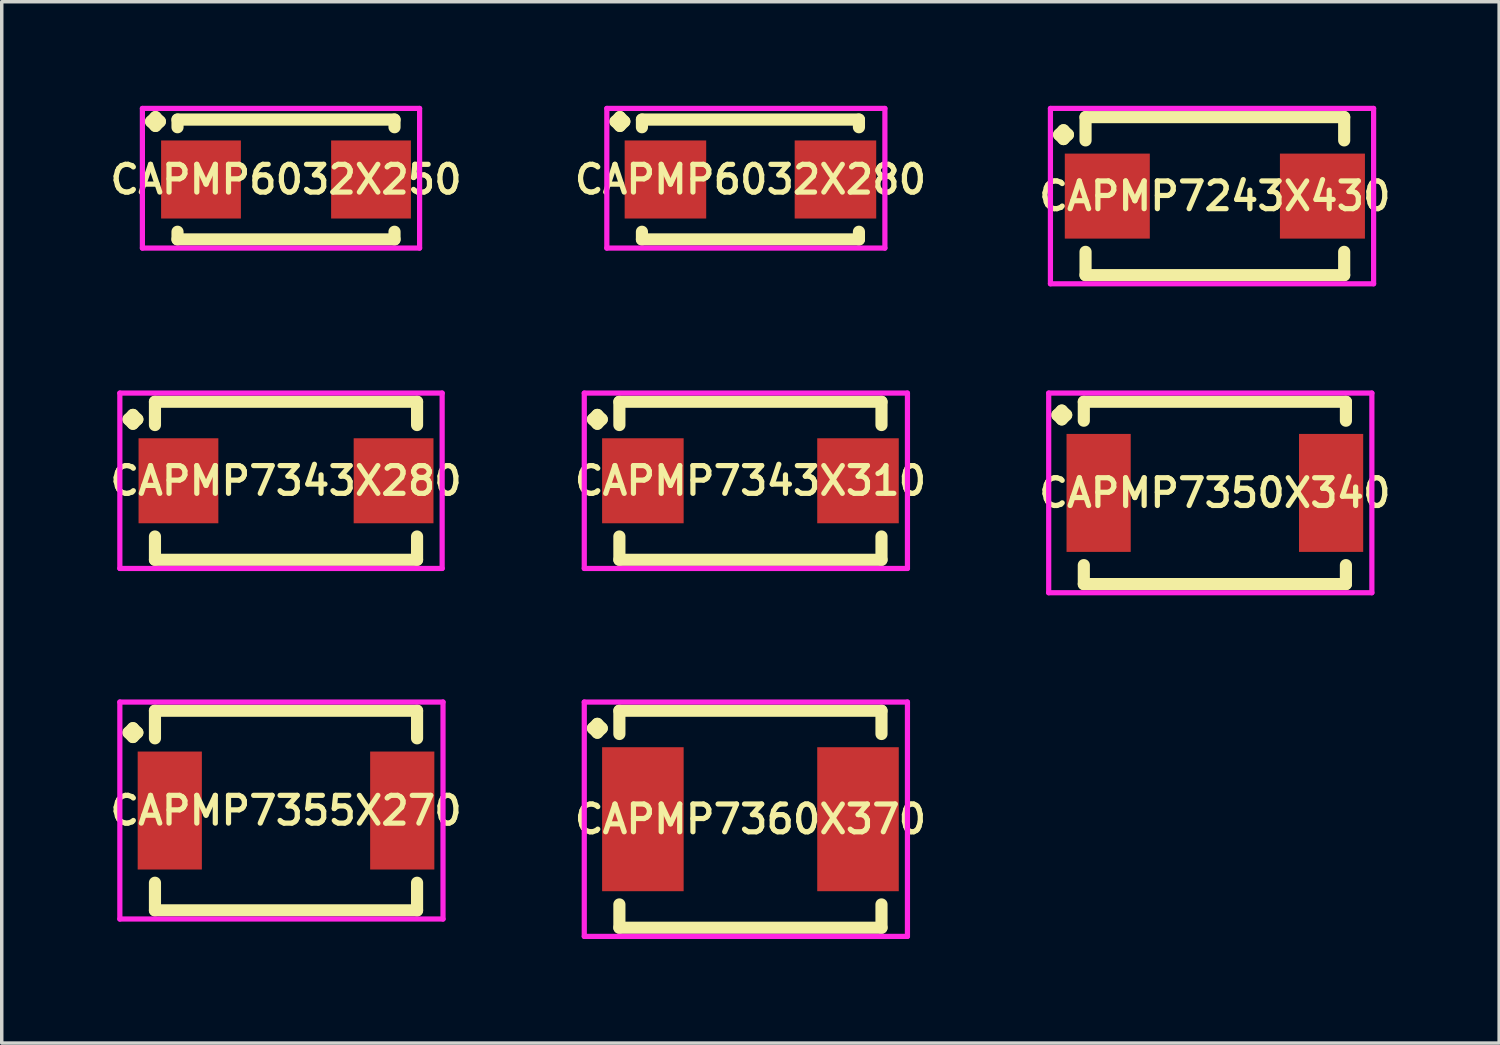
<source format=kicad_pcb>
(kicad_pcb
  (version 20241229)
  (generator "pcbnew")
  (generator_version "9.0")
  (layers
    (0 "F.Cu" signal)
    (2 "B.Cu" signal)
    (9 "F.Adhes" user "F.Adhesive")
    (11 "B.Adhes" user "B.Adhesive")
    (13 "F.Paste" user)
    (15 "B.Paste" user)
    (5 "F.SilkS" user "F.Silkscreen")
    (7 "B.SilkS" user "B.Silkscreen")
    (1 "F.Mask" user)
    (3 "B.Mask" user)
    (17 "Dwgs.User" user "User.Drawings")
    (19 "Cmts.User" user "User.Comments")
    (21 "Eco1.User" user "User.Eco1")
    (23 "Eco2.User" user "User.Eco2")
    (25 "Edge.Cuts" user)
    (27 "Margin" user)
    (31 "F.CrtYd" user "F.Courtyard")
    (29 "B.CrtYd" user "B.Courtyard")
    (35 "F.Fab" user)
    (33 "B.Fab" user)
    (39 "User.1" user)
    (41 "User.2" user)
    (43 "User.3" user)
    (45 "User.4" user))
  (footprint "CAPMP6032X280"
    (layer "F.Cu")
    (at 18.578 2.123)
    (property "Reference" "CAPMP6032X280" (at 0 0 0) (layer "F.SilkS") (effects (font (size 0.8 0.8) (thickness 0.15))))
    (attr through_hole)
    (fp_line (start -3.889 -1.671) (end -3.762 -1.798) (stroke (width 0.35) (type solid)) (layer "F.SilkS"))
    (fp_line (start -3.762 -1.798) (end -3.635 -1.671) (stroke (width 0.35) (type solid)) (layer "F.SilkS"))
    (fp_line (start -3.762 -1.544) (end -3.889 -1.671) (stroke (width 0.35) (type solid)) (layer "F.SilkS"))
    (fp_line (start -3.635 -1.671) (end -3.762 -1.544) (stroke (width 0.35) (type solid)) (layer "F.SilkS"))
    (fp_line (start -3.127 -1.727) (end 3.127 -1.727) (stroke (width 0.35) (type solid)) (layer "F.SilkS"))
    (fp_line (start -3.127 -1.506) (end -3.127 -1.727) (stroke (width 0.35) (type solid)) (layer "F.SilkS"))
    (fp_line (start -3.127 1.506) (end -3.127 1.727) (stroke (width 0.35) (type solid)) (layer "F.SilkS"))
    (fp_line (start -3.127 1.727) (end 3.127 1.727) (stroke (width 0.35) (type solid)) (layer "F.SilkS"))
    (fp_line (start 3.127 -1.727) (end 3.127 -1.506) (stroke (width 0.35) (type solid)) (layer "F.SilkS"))
    (fp_line (start 3.127 1.727) (end 3.127 1.506) (stroke (width 0.35) (type solid)) (layer "F.SilkS"))
    (fp_line (start -4.139 -2.048) (end 3.875 -2.048) (stroke (width 0.15) (type solid)) (layer "F.CrtYd"))
    (fp_line (start -4.139 1.977) (end -4.139 -2.048) (stroke (width 0.15) (type solid)) (layer "F.CrtYd"))
    (fp_line (start 3.875 -2.048) (end 3.875 1.977) (stroke (width 0.15) (type solid)) (layer "F.CrtYd"))
    (fp_line (start 3.875 1.977) (end -4.139 1.977) (stroke (width 0.15) (type solid)) (layer "F.CrtYd"))
    (pad "1" smd rect (at -2.45 0) (size 2.35 2.25) (layers "F.Cu" "F.Mask" "F.Paste"))
    (pad "2" smd rect (at 2.45 0) (size 2.35 2.25) (layers "F.Cu" "F.Mask" "F.Paste")))
  (footprint "CAPMP7343X280"
    (layer "F.Cu")
    (at 5.193 10.806)
    (property "Reference" "CAPMP7343X280" (at 0 0 0) (layer "F.SilkS") (effects (font (size 0.8 0.8) (thickness 0.15))))
    (attr smd)
    (fp_line (start -4.539 -1.771) (end -4.412 -1.898) (stroke (width 0.35) (type solid)) (layer "F.SilkS"))
    (fp_line (start -4.412 -1.898) (end -4.285 -1.771) (stroke (width 0.35) (type solid)) (layer "F.SilkS"))
    (fp_line (start -4.412 -1.644) (end -4.539 -1.771) (stroke (width 0.35) (type solid)) (layer "F.SilkS"))
    (fp_line (start -4.285 -1.771) (end -4.412 -1.644) (stroke (width 0.35) (type solid)) (layer "F.SilkS"))
    (fp_line (start -3.777 -2.277) (end 3.777 -2.277) (stroke (width 0.35) (type solid)) (layer "F.SilkS"))
    (fp_line (start -3.777 -1.606) (end -3.777 -2.277) (stroke (width 0.35) (type solid)) (layer "F.SilkS"))
    (fp_line (start -3.777 1.606) (end -3.777 2.277) (stroke (width 0.35) (type solid)) (layer "F.SilkS"))
    (fp_line (start -3.777 2.277) (end 3.777 2.277) (stroke (width 0.35) (type solid)) (layer "F.SilkS"))
    (fp_line (start 3.777 -2.277) (end 3.777 -1.606) (stroke (width 0.35) (type solid)) (layer "F.SilkS"))
    (fp_line (start 3.777 2.277) (end 3.777 1.606) (stroke (width 0.35) (type solid)) (layer "F.SilkS"))
    (fp_line (start -4.789 -2.527) (end 4.5 -2.527) (stroke (width 0.15) (type solid)) (layer "F.CrtYd"))
    (fp_line (start -4.789 2.527) (end -4.789 -2.527) (stroke (width 0.15) (type solid)) (layer "F.CrtYd"))
    (fp_line (start 4.5 -2.527) (end 4.5 2.527) (stroke (width 0.15) (type solid)) (layer "F.CrtYd"))
    (fp_line (start 4.5 2.527) (end -4.789 2.527) (stroke (width 0.15) (type solid)) (layer "F.CrtYd"))
    (pad "1" smd rect (at -3.1 0) (size 2.3 2.45) (layers "F.Cu" "F.Mask" "F.Paste"))
    (pad "2" smd rect (at 3.1 0) (size 2.3 2.45) (layers "F.Cu" "F.Mask" "F.Paste")))
  (footprint "CAPMP7350X340"
    (layer "F.Cu")
    (at 31.963 11.156)
    (property "Reference" "CAPMP7350X340" (at 0 0 0) (layer "F.SilkS") (effects (font (size 0.8 0.8) (thickness 0.15))))
    (attr smd)
    (fp_line (start -4.539 -2.246) (end -4.412 -2.373) (stroke (width 0.35) (type solid)) (layer "F.SilkS"))
    (fp_line (start -4.412 -2.373) (end -4.285 -2.246) (stroke (width 0.35) (type solid)) (layer "F.SilkS"))
    (fp_line (start -4.412 -2.119) (end -4.539 -2.246) (stroke (width 0.35) (type solid)) (layer "F.SilkS"))
    (fp_line (start -4.285 -2.246) (end -4.412 -2.119) (stroke (width 0.35) (type solid)) (layer "F.SilkS"))
    (fp_line (start -3.777 -2.627) (end 3.777 -2.627) (stroke (width 0.35) (type solid)) (layer "F.SilkS"))
    (fp_line (start -3.777 -2.081) (end -3.777 -2.627) (stroke (width 0.35) (type solid)) (layer "F.SilkS"))
    (fp_line (start -3.777 2.081) (end -3.777 2.627) (stroke (width 0.35) (type solid)) (layer "F.SilkS"))
    (fp_line (start -3.777 2.627) (end 3.777 2.627) (stroke (width 0.35) (type solid)) (layer "F.SilkS"))
    (fp_line (start 3.777 -2.627) (end 3.777 -2.081) (stroke (width 0.35) (type solid)) (layer "F.SilkS"))
    (fp_line (start 3.777 2.627) (end 3.777 2.081) (stroke (width 0.35) (type solid)) (layer "F.SilkS"))
    (fp_line (start -4.789 -2.877) (end 4.525 -2.877) (stroke (width 0.15) (type solid)) (layer "F.CrtYd"))
    (fp_line (start -4.789 2.877) (end -4.789 -2.877) (stroke (width 0.15) (type solid)) (layer "F.CrtYd"))
    (fp_line (start 4.525 -2.877) (end 4.525 2.877) (stroke (width 0.15) (type solid)) (layer "F.CrtYd"))
    (fp_line (start 4.525 2.877) (end -4.789 2.877) (stroke (width 0.15) (type solid)) (layer "F.CrtYd"))
    (pad "1" smd rect (at -3.35 0) (size 1.85 3.4) (layers "F.Cu" "F.Mask" "F.Paste"))
    (pad "2" smd rect (at 3.35 0) (size 1.85 3.4) (layers "F.Cu" "F.Mask" "F.Paste")))
  (footprint "CAPMP7343X310"
    (layer "F.Cu")
    (at 18.578 10.806)
    (property "Reference" "CAPMP7343X310" (at 0 0 0) (layer "F.SilkS") (effects (font (size 0.8 0.8) (thickness 0.15))))
    (attr smd)
    (fp_line (start -4.539 -1.771) (end -4.412 -1.898) (stroke (width 0.35) (type solid)) (layer "F.SilkS"))
    (fp_line (start -4.412 -1.898) (end -4.285 -1.771) (stroke (width 0.35) (type solid)) (layer "F.SilkS"))
    (fp_line (start -4.412 -1.644) (end -4.539 -1.771) (stroke (width 0.35) (type solid)) (layer "F.SilkS"))
    (fp_line (start -4.285 -1.771) (end -4.412 -1.644) (stroke (width 0.35) (type solid)) (layer "F.SilkS"))
    (fp_line (start -3.777 -2.277) (end 3.777 -2.277) (stroke (width 0.35) (type solid)) (layer "F.SilkS"))
    (fp_line (start -3.777 -1.606) (end -3.777 -2.277) (stroke (width 0.35) (type solid)) (layer "F.SilkS"))
    (fp_line (start -3.777 1.606) (end -3.777 2.277) (stroke (width 0.35) (type solid)) (layer "F.SilkS"))
    (fp_line (start -3.777 2.277) (end 3.777 2.277) (stroke (width 0.35) (type solid)) (layer "F.SilkS"))
    (fp_line (start 3.777 -2.277) (end 3.777 -1.606) (stroke (width 0.35) (type solid)) (layer "F.SilkS"))
    (fp_line (start 3.777 2.277) (end 3.777 1.606) (stroke (width 0.35) (type solid)) (layer "F.SilkS"))
    (fp_line (start -4.789 -2.527) (end 4.525 -2.527) (stroke (width 0.15) (type solid)) (layer "F.CrtYd"))
    (fp_line (start -4.789 2.527) (end -4.789 -2.527) (stroke (width 0.15) (type solid)) (layer "F.CrtYd"))
    (fp_line (start 4.525 -2.527) (end 4.525 2.527) (stroke (width 0.15) (type solid)) (layer "F.CrtYd"))
    (fp_line (start 4.525 2.527) (end -4.789 2.527) (stroke (width 0.15) (type solid)) (layer "F.CrtYd"))
    (pad "1" smd rect (at -3.1 0) (size 2.35 2.45) (layers "F.Cu" "F.Mask" "F.Paste"))
    (pad "2" smd rect (at 3.1 0) (size 2.35 2.45) (layers "F.Cu" "F.Mask" "F.Paste")))
  (footprint "CAPMP7243X430"
    (layer "F.Cu")
    (at 31.963 2.602)
    (property "Reference" "CAPMP7243X430" (at 0 0 0) (layer "F.SilkS") (effects (font (size 0.8 0.8) (thickness 0.15))))
    (attr smd)
    (fp_line (start -4.489 -1.771) (end -4.362 -1.898) (stroke (width 0.35) (type solid)) (layer "F.SilkS"))
    (fp_line (start -4.362 -1.898) (end -4.235 -1.771) (stroke (width 0.35) (type solid)) (layer "F.SilkS"))
    (fp_line (start -4.362 -1.644) (end -4.489 -1.771) (stroke (width 0.35) (type solid)) (layer "F.SilkS"))
    (fp_line (start -4.235 -1.771) (end -4.362 -1.644) (stroke (width 0.35) (type solid)) (layer "F.SilkS"))
    (fp_line (start -3.727 -2.277) (end 3.727 -2.277) (stroke (width 0.35) (type solid)) (layer "F.SilkS"))
    (fp_line (start -3.727 -1.606) (end -3.727 -2.277) (stroke (width 0.35) (type solid)) (layer "F.SilkS"))
    (fp_line (start -3.727 1.606) (end -3.727 2.277) (stroke (width 0.35) (type solid)) (layer "F.SilkS"))
    (fp_line (start -3.727 2.277) (end 3.727 2.277) (stroke (width 0.35) (type solid)) (layer "F.SilkS"))
    (fp_line (start 3.727 -2.277) (end 3.727 -1.606) (stroke (width 0.35) (type solid)) (layer "F.SilkS"))
    (fp_line (start 3.727 2.277) (end 3.727 1.606) (stroke (width 0.35) (type solid)) (layer "F.SilkS"))
    (fp_line (start -4.739 -2.527) (end 4.575 -2.527) (stroke (width 0.15) (type solid)) (layer "F.CrtYd"))
    (fp_line (start -4.739 2.527) (end -4.739 -2.527) (stroke (width 0.15) (type solid)) (layer "F.CrtYd"))
    (fp_line (start 4.575 -2.527) (end 4.575 2.527) (stroke (width 0.15) (type solid)) (layer "F.CrtYd"))
    (fp_line (start 4.575 2.527) (end -4.739 2.527) (stroke (width 0.15) (type solid)) (layer "F.CrtYd"))
    (pad "1" smd rect (at -3.1 0) (size 2.45 2.45) (layers "F.Cu" "F.Mask" "F.Paste"))
    (pad "2" smd rect (at 3.1 0) (size 2.45 2.45) (layers "F.Cu" "F.Mask" "F.Paste")))
  (footprint "CAPMP7355X270"
    (layer "F.Cu")
    (at 5.193 20.31)
    (property "Reference" "CAPMP7355X270" (at 0 0 0) (layer "F.SilkS") (effects (font (size 0.8 0.8) (thickness 0.15))))
    (attr smd)
    (fp_line (start -4.539 -2.246) (end -4.412 -2.373) (stroke (width 0.35) (type solid)) (layer "F.SilkS"))
    (fp_line (start -4.412 -2.373) (end -4.285 -2.246) (stroke (width 0.35) (type solid)) (layer "F.SilkS"))
    (fp_line (start -4.412 -2.119) (end -4.539 -2.246) (stroke (width 0.35) (type solid)) (layer "F.SilkS"))
    (fp_line (start -4.285 -2.246) (end -4.412 -2.119) (stroke (width 0.35) (type solid)) (layer "F.SilkS"))
    (fp_line (start -3.777 -2.877) (end 3.777 -2.877) (stroke (width 0.35) (type solid)) (layer "F.SilkS"))
    (fp_line (start -3.777 -2.081) (end -3.777 -2.877) (stroke (width 0.35) (type solid)) (layer "F.SilkS"))
    (fp_line (start -3.777 2.081) (end -3.777 2.877) (stroke (width 0.35) (type solid)) (layer "F.SilkS"))
    (fp_line (start -3.777 2.877) (end 3.777 2.877) (stroke (width 0.35) (type solid)) (layer "F.SilkS"))
    (fp_line (start 3.777 -2.877) (end 3.777 -2.081) (stroke (width 0.35) (type solid)) (layer "F.SilkS"))
    (fp_line (start 3.777 2.877) (end 3.777 2.081) (stroke (width 0.35) (type solid)) (layer "F.SilkS"))
    (fp_line (start -4.789 -3.127) (end 4.525 -3.127) (stroke (width 0.15) (type solid)) (layer "F.CrtYd"))
    (fp_line (start -4.789 3.127) (end -4.789 -3.127) (stroke (width 0.15) (type solid)) (layer "F.CrtYd"))
    (fp_line (start 4.525 -3.127) (end 4.525 3.127) (stroke (width 0.15) (type solid)) (layer "F.CrtYd"))
    (fp_line (start 4.525 3.127) (end -4.789 3.127) (stroke (width 0.15) (type solid)) (layer "F.CrtYd"))
    (pad "1" smd rect (at -3.35 0) (size 1.85 3.4) (layers "F.Cu" "F.Mask" "F.Paste"))
    (pad "2" smd rect (at 3.35 0) (size 1.85 3.4) (layers "F.Cu" "F.Mask" "F.Paste")))
  (footprint "CAPMP6032X250"
    (layer "F.Cu")
    (at 5.193 2.123)
    (property "Reference" "CAPMP6032X250" (at 0 0 0) (layer "F.SilkS") (effects (font (size 0.8 0.8) (thickness 0.15))))
    (attr through_hole)
    (fp_line (start -3.889 -1.671) (end -3.762 -1.798) (stroke (width 0.35) (type solid)) (layer "F.SilkS"))
    (fp_line (start -3.762 -1.798) (end -3.635 -1.671) (stroke (width 0.35) (type solid)) (layer "F.SilkS"))
    (fp_line (start -3.762 -1.544) (end -3.889 -1.671) (stroke (width 0.35) (type solid)) (layer "F.SilkS"))
    (fp_line (start -3.635 -1.671) (end -3.762 -1.544) (stroke (width 0.35) (type solid)) (layer "F.SilkS"))
    (fp_line (start -3.127 -1.727) (end 3.127 -1.727) (stroke (width 0.35) (type solid)) (layer "F.SilkS"))
    (fp_line (start -3.127 -1.506) (end -3.127 -1.727) (stroke (width 0.35) (type solid)) (layer "F.SilkS"))
    (fp_line (start -3.127 1.506) (end -3.127 1.727) (stroke (width 0.35) (type solid)) (layer "F.SilkS"))
    (fp_line (start -3.127 1.727) (end 3.127 1.727) (stroke (width 0.35) (type solid)) (layer "F.SilkS"))
    (fp_line (start 3.127 -1.727) (end 3.127 -1.506) (stroke (width 0.35) (type solid)) (layer "F.SilkS"))
    (fp_line (start 3.127 1.727) (end 3.127 1.506) (stroke (width 0.35) (type solid)) (layer "F.SilkS"))
    (fp_line (start -4.139 -2.048) (end 3.85 -2.048) (stroke (width 0.15) (type solid)) (layer "F.CrtYd"))
    (fp_line (start -4.139 1.977) (end -4.139 -2.048) (stroke (width 0.15) (type solid)) (layer "F.CrtYd"))
    (fp_line (start 3.85 -2.048) (end 3.85 1.977) (stroke (width 0.15) (type solid)) (layer "F.CrtYd"))
    (fp_line (start 3.85 1.977) (end -4.139 1.977) (stroke (width 0.15) (type solid)) (layer "F.CrtYd"))
    (pad "1" smd rect (at -2.45 0) (size 2.3 2.25) (layers "F.Cu" "F.Mask" "F.Paste"))
    (pad "2" smd rect (at 2.45 0) (size 2.3 2.25) (layers "F.Cu" "F.Mask" "F.Paste")))
  (footprint "CAPMP7360X370"
    (layer "F.Cu")
    (at 18.578 20.56)
    (property "Reference" "CAPMP7360X370" (at 0 0 0) (layer "F.SilkS") (effects (font (size 0.8 0.8) (thickness 0.15))))
    (attr smd)
    (fp_line (start -4.539 -2.621) (end -4.412 -2.748) (stroke (width 0.35) (type solid)) (layer "F.SilkS"))
    (fp_line (start -4.412 -2.748) (end -4.285 -2.621) (stroke (width 0.35) (type solid)) (layer "F.SilkS"))
    (fp_line (start -4.412 -2.494) (end -4.539 -2.621) (stroke (width 0.35) (type solid)) (layer "F.SilkS"))
    (fp_line (start -4.285 -2.621) (end -4.412 -2.494) (stroke (width 0.35) (type solid)) (layer "F.SilkS"))
    (fp_line (start -3.777 -3.127) (end 3.777 -3.127) (stroke (width 0.35) (type solid)) (layer "F.SilkS"))
    (fp_line (start -3.777 -2.456) (end -3.777 -3.127) (stroke (width 0.35) (type solid)) (layer "F.SilkS"))
    (fp_line (start -3.777 2.456) (end -3.777 3.127) (stroke (width 0.35) (type solid)) (layer "F.SilkS"))
    (fp_line (start -3.777 3.127) (end 3.777 3.127) (stroke (width 0.35) (type solid)) (layer "F.SilkS"))
    (fp_line (start 3.777 -3.127) (end 3.777 -2.456) (stroke (width 0.35) (type solid)) (layer "F.SilkS"))
    (fp_line (start 3.777 3.127) (end 3.777 2.456) (stroke (width 0.35) (type solid)) (layer "F.SilkS"))
    (fp_line (start -4.789 -3.377) (end 4.525 -3.377) (stroke (width 0.15) (type solid)) (layer "F.CrtYd"))
    (fp_line (start -4.789 3.377) (end -4.789 -3.377) (stroke (width 0.15) (type solid)) (layer "F.CrtYd"))
    (fp_line (start 4.525 -3.377) (end 4.525 3.377) (stroke (width 0.15) (type solid)) (layer "F.CrtYd"))
    (fp_line (start 4.525 3.377) (end -4.789 3.377) (stroke (width 0.15) (type solid)) (layer "F.CrtYd"))
    (pad "1" smd rect (at -3.1 0) (size 2.35 4.15) (layers "F.Cu" "F.Mask" "F.Paste"))
    (pad "2" smd rect (at 3.1 0) (size 2.35 4.15) (layers "F.Cu" "F.Mask" "F.Paste")))
  (gr_rect
    (start -3 -3)
    (end 40.156 27.012)
    (stroke (width 0.1) (type default))
    (fill no)
    (layer "Edge.Cuts")))
</source>
